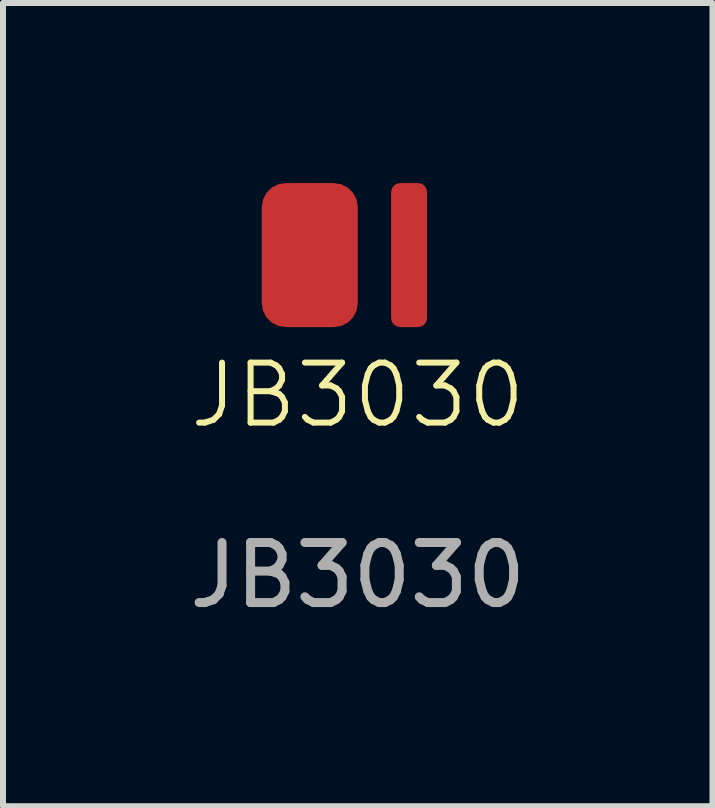
<source format=kicad_pcb>
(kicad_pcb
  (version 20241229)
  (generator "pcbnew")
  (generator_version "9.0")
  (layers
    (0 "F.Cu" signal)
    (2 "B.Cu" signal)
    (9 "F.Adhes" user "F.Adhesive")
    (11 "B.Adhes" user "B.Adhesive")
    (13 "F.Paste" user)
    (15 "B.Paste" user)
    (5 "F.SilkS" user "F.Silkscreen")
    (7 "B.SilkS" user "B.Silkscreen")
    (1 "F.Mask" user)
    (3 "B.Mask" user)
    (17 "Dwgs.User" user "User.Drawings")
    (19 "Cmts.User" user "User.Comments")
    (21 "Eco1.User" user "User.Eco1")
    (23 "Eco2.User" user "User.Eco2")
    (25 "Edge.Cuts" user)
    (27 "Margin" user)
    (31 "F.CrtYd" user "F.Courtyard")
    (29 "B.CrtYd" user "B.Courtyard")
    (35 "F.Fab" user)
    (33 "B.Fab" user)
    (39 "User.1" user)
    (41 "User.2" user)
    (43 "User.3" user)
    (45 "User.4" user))
  (footprint "JB3030"
    (layer "F.Cu")
    (at 2.911 1.2)
    (property "Reference" "JB3030" (at 0 2.334 0) (unlocked yes) (layer "F.SilkS") (effects (font (size 1 1) (thickness 0.1))))
    (attr smd)
    (fp_text user "${REFERENCE}" (at 0 5.334 0) (unlocked yes) (layer "F.Fab") (effects (font (size 1 1) (thickness 0.15))))
    (pad "1" smd roundrect (at -0.8 0) (size 1.6 2.4) (layers "F.Cu" "F.Mask" "F.Paste") (roundrect_rratio 0.25))
    (pad "2" smd roundrect (at 0.855 0) (size 0.6 2.4) (layers "F.Cu" "F.Mask" "F.Paste") (roundrect_rratio 0.25)))
  (gr_rect
    (start -3 -3)
    (end 8.821 10.382)
    (stroke (width 0.1) (type default))
    (fill no)
    (layer "Edge.Cuts")))
</source>
